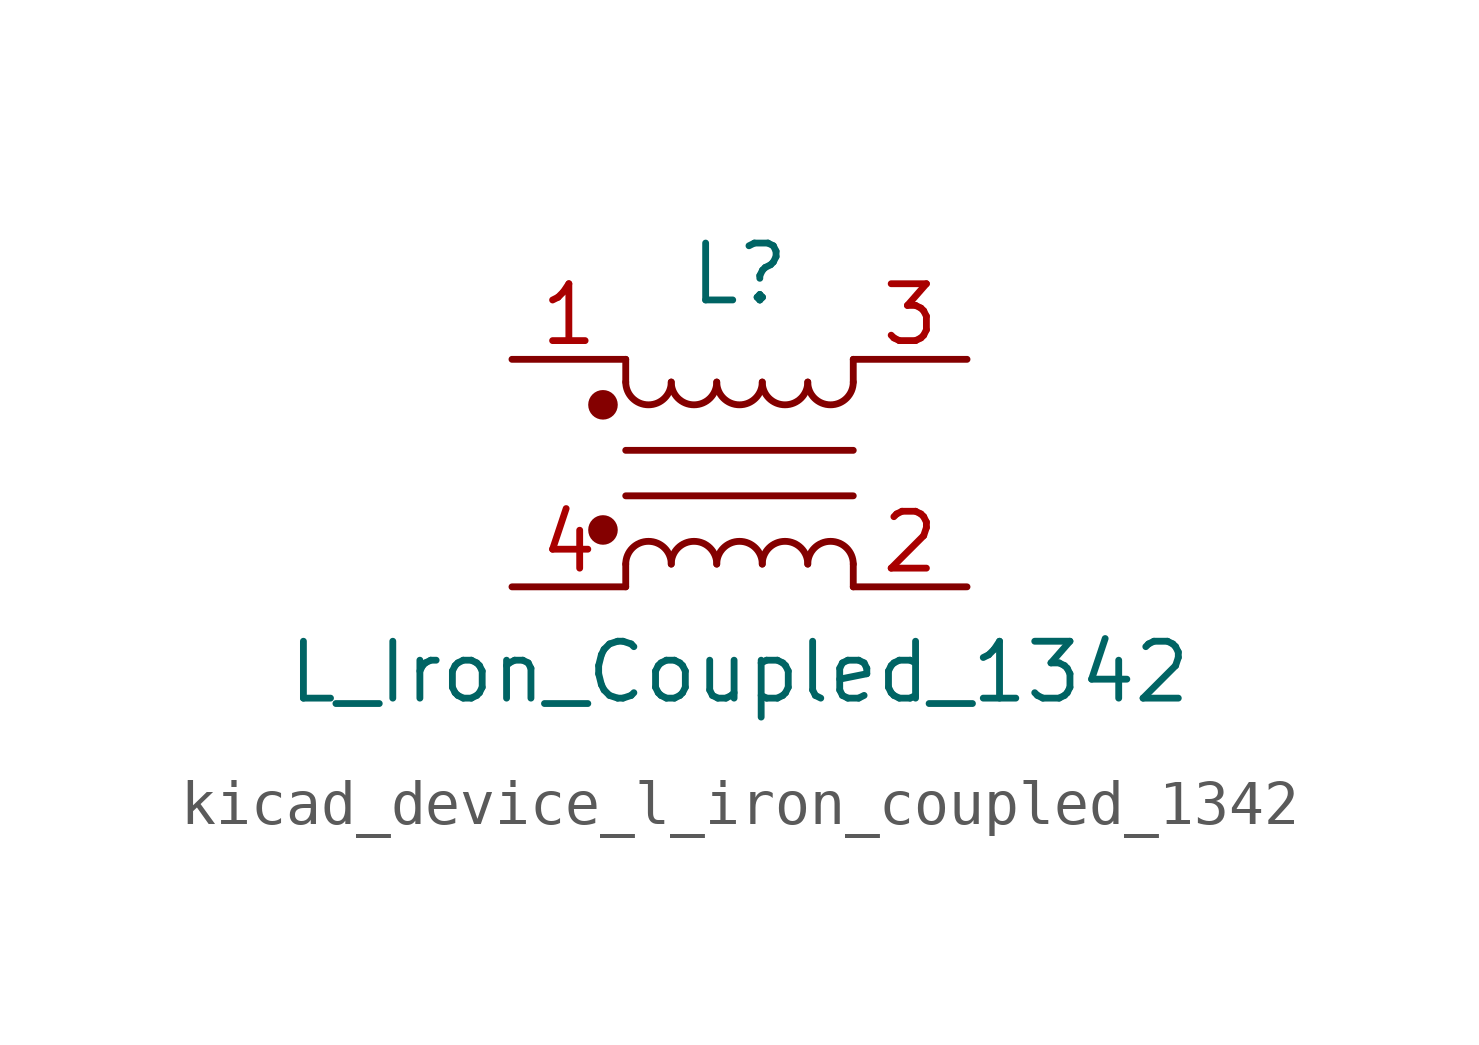
<source format=kicad_sym>
(kicad_symbol_lib
  (version 20220914)
  (generator kicad_symbol_editor)
  (symbol "kicad_device_l_iron_coupled_1342"
    (pin_names
      (offset 0.254) hide)
    (property "Reference" "L"
      (at 0 4.445 0)
      (effects (font (size 1.27 1.27))))
    (property "Value" "L_Iron_Coupled_1342"
      (at 0 -4.445 0)
      (effects (font (size 1.27 1.27))))
    (symbol "kicad_device_l_iron_coupled_1342_0_1"
      (circle (center -3.048 -1.27) (radius 0.254) (stroke (width 0) (type default)) (fill (type outline)))
      (circle (center -3.048 1.524) (radius 0.254) (stroke (width 0) (type default)) (fill (type outline)))
      (arc (start -2.54 2.032) (mid -2.032 1.5262) (end -1.524 2.032) (stroke (width 0) (type default)) (fill (type none)))
      (arc (start -1.524 -2.032) (mid -2.032 -1.5262) (end -2.54 -2.032) (stroke (width 0) (type default)) (fill (type none)))
      (arc (start -1.524 2.032) (mid -1.016 1.5262) (end -0.508 2.032) (stroke (width 0) (type default)) (fill (type none)))
      (arc (start -0.508 -2.032) (mid -1.016 -1.5262) (end -1.524 -2.032) (stroke (width 0) (type default)) (fill (type none)))
      (arc (start -0.508 2.032) (mid 0 1.5262) (end 0.508 2.032) (stroke (width 0) (type default)) (fill (type none)))
      (polyline (pts (xy -2.54 -2.032) (xy -2.54 -2.54)) (stroke (width 0) (type default)) (fill (type none)))
      (polyline (pts (xy -2.54 0.508) (xy 2.54 0.508)) (stroke (width 0) (type default)) (fill (type none)))
      (polyline (pts (xy -2.54 2.032) (xy -2.54 2.54)) (stroke (width 0) (type default)) (fill (type none)))
      (polyline (pts (xy 2.54 -2.032) (xy 2.54 -2.54)) (stroke (width 0) (type default)) (fill (type none)))
      (polyline (pts (xy 2.54 -0.508) (xy -2.54 -0.508)) (stroke (width 0) (type default)) (fill (type none)))
      (polyline (pts (xy 2.54 2.54) (xy 2.54 2.032)) (stroke (width 0) (type default)) (fill (type none)))
      (arc (start 0.508 -2.032) (mid 0 -1.5262) (end -0.508 -2.032) (stroke (width 0) (type default)) (fill (type none)))
      (arc (start 0.508 2.032) (mid 1.016 1.5262) (end 1.524 2.032) (stroke (width 0) (type default)) (fill (type none)))
      (arc (start 1.524 -2.032) (mid 1.016 -1.5262) (end 0.508 -2.032) (stroke (width 0) (type default)) (fill (type none)))
      (arc (start 1.524 2.032) (mid 2.032 1.5262) (end 2.54 2.032) (stroke (width 0) (type default)) (fill (type none)))
      (arc (start 2.54 -2.032) (mid 2.032 -1.5262) (end 1.524 -2.032) (stroke (width 0) (type default)) (fill (type none))))
    (symbol "kicad_device_l_iron_coupled_1342_1_1"
      (pin passive line (at -5.08 2.54 0) (length 2.54) (name "1" (effects (font (size 1.27 1.27)))) (number "1" (effects (font (size 1.27 1.27)))))
      (pin passive line (at 5.08 -2.54 180) (length 2.54) (name "2" (effects (font (size 1.27 1.27)))) (number "2" (effects (font (size 1.27 1.27)))))
      (pin passive line (at 5.08 2.54 180) (length 2.54) (name "3" (effects (font (size 1.27 1.27)))) (number "3" (effects (font (size 1.27 1.27)))))
      (pin passive line (at -5.08 -2.54 0) (length 2.54) (name "4" (effects (font (size 1.27 1.27)))) (number "4" (effects (font (size 1.27 1.27))))))))
</source>
